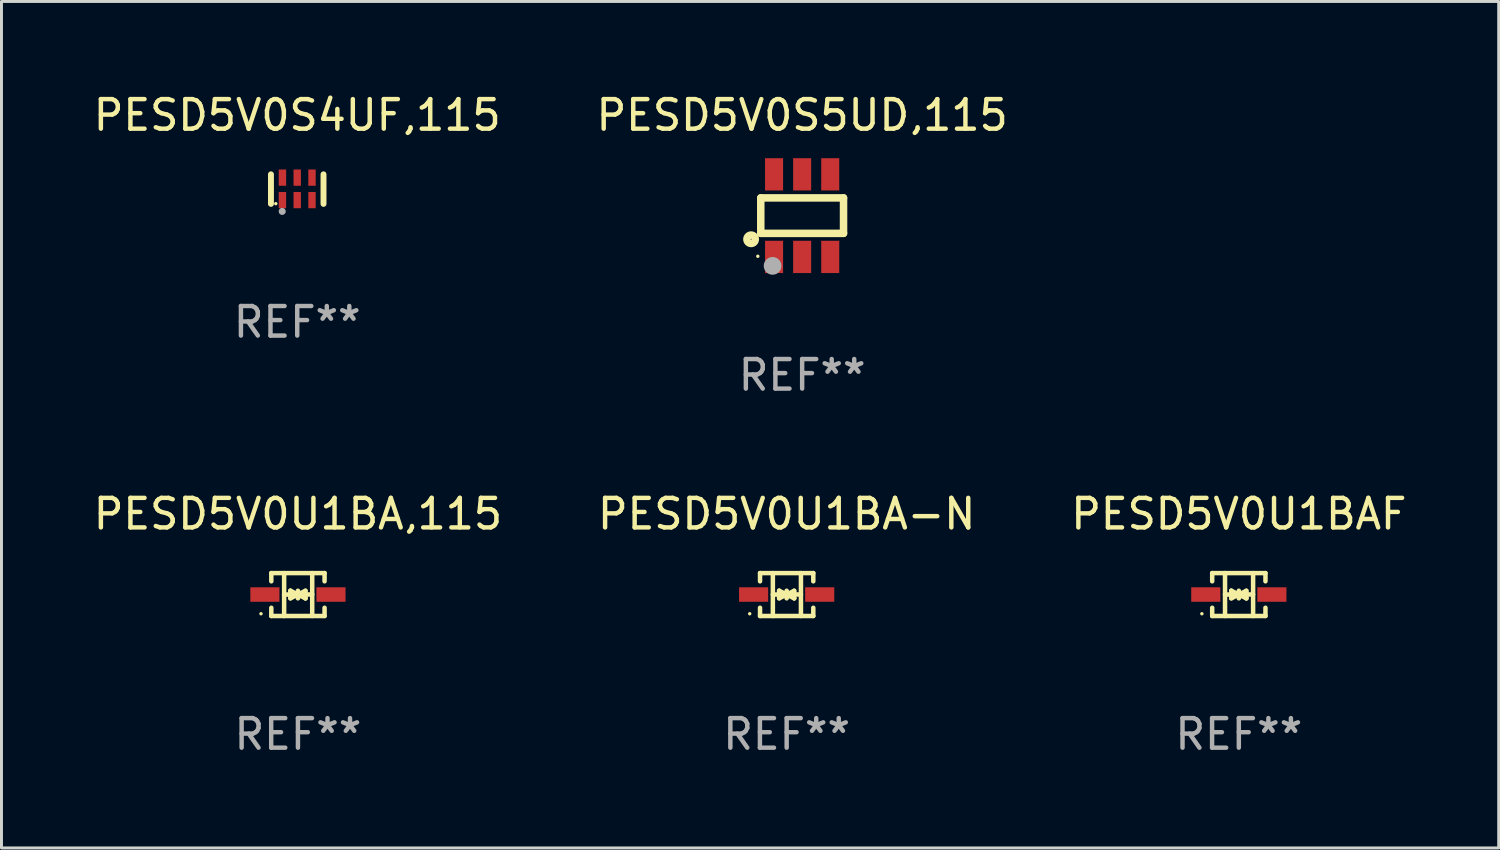
<source format=kicad_pcb>
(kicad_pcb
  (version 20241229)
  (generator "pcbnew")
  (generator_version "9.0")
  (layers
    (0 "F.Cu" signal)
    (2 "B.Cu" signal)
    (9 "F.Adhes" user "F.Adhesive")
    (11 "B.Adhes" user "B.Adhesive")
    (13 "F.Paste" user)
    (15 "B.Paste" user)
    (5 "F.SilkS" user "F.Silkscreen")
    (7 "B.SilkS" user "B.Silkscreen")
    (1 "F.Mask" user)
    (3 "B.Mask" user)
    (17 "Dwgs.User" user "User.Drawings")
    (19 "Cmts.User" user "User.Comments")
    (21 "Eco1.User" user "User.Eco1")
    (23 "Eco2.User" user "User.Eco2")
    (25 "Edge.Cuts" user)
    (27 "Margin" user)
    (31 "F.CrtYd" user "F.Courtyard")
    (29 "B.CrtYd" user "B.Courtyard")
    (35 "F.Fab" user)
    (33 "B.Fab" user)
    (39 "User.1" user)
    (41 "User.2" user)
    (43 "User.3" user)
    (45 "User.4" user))
  (footprint "PESD5V0S4UF,115"
    (layer "F.Cu")
    (at 7.006 3.348)
    (property "Reference" "PESD5V0S4UF,115" (at 0 -2.5 0) (layer "F.SilkS") (effects (font (size 1 1) (thickness 0.15))))
    (attr through_hole)
    (fp_line (start -0.889 0.5) (end -0.889 -0.5) (stroke (width 0.2) (type solid)) (layer "F.SilkS"))
    (fp_line (start 0.889 0.5) (end 0.889 -0.5) (stroke (width 0.2) (type solid)) (layer "F.SilkS"))
    (fp_circle (center -0.725 0.492) (end -0.695 0.492) (stroke (width 0.06) (type solid)) (fill no) (layer "F.SilkS"))
    (fp_circle (center -0.508 0.754) (end -0.448 0.754) (stroke (width 0.12) (type solid)) (fill no) (layer "F.Fab"))
    (fp_text user "REF**" (at 0 4.5 0) (layer "F.Fab") (effects (font (size 1 1) (thickness 0.15))))
    (pad "1" smd rect (at -0.5 0.372) (size 0.25 0.55) (layers "F.Cu" "F.Mask" "F.Paste"))
    (pad "2" smd rect (at -0.000127 0.372) (size 0.25 0.55) (layers "F.Cu" "F.Mask" "F.Paste"))
    (pad "3" smd rect (at 0.5 0.372) (size 0.25 0.55) (layers "F.Cu" "F.Mask" "F.Paste"))
    (pad "4" smd rect (at 0.5 -0.388 180) (size 0.25 0.55) (layers "F.Cu" "F.Mask" "F.Paste"))
    (pad "5" smd rect (at -0.000127 -0.388 180) (size 0.25 0.55) (layers "F.Cu" "F.Mask" "F.Paste"))
    (pad "6" smd rect (at -0.5 -0.388 180) (size 0.25 0.55) (layers "F.Cu" "F.Mask" "F.Paste")))
  (footprint "PESD5V0S5UD,115"
    (layer "F.Cu")
    (at 24.089 4.245)
    (property "Reference" "PESD5V0S5UD,115" (at 0 -3.397 0) (layer "F.SilkS") (effects (font (size 1 1) (thickness 0.15))))
    (attr through_hole)
    (fp_line (start -1.4 -0.6) (end 1.4 -0.6) (stroke (width 0.254) (type solid)) (layer "F.SilkS"))
    (fp_line (start -1.4 0.6) (end -1.4 -0.6) (stroke (width 0.254) (type solid)) (layer "F.SilkS"))
    (fp_line (start -1.4 0.6) (end 1.4 0.6) (stroke (width 0.254) (type solid)) (layer "F.SilkS"))
    (fp_line (start 1.4 -0.6) (end 1.4 0.6) (stroke (width 0.254) (type solid)) (layer "F.SilkS"))
    (fp_circle (center -1.727 0.8) (end -1.585 0.8) (stroke (width 0.254) (type solid)) (fill no) (layer "F.SilkS"))
    (fp_circle (center -1.5 1.375) (end -1.47 1.375) (stroke (width 0.06) (type solid)) (fill no) (layer "F.SilkS"))
    (fp_circle (center -1 1.7) (end -0.85 1.7) (stroke (width 0.3) (type solid)) (fill no) (layer "F.Fab"))
    (fp_text user "REF**" (at 0 5.397 0) (layer "F.Fab") (effects (font (size 1 1) (thickness 0.15))))
    (pad "1" smd rect (at -0.95 1.397 180) (size 0.61 1.092) (layers "F.Cu" "F.Mask" "F.Paste"))
    (pad "2" smd rect (at 0 1.397 180) (size 0.61 1.092) (layers "F.Cu" "F.Mask" "F.Paste"))
    (pad "3" smd rect (at 0.95 1.397 180) (size 0.61 1.092) (layers "F.Cu" "F.Mask" "F.Paste"))
    (pad "4" smd rect (at 0.95 -1.397 180) (size 0.61 1.092) (layers "F.Cu" "F.Mask" "F.Paste"))
    (pad "5" smd rect (at 0 -1.397 180) (size 0.61 1.092) (layers "F.Cu" "F.Mask" "F.Paste"))
    (pad "6" smd rect (at -0.95 -1.397 180) (size 0.61 1.092) (layers "F.Cu" "F.Mask" "F.Paste")))
  (footprint "PESD5V0U1BA-N"
    (layer "F.Cu")
    (at 23.565 17.065)
    (property "Reference" "PESD5V0U1BA-N" (at 0 -2.726 0) (layer "F.SilkS") (effects (font (size 1 1) (thickness 0.15))))
    (attr through_hole)
    (fp_line (start -0.901 -0.726) (end -0.901 -0.448) (stroke (width 0.152) (type solid)) (layer "F.SilkS"))
    (fp_line (start -0.901 0.726) (end -0.901 0.448) (stroke (width 0.152) (type solid)) (layer "F.SilkS"))
    (fp_line (start -0.467 0) (end 0.483 -0.003) (stroke (width 0.154) (type solid)) (layer "F.SilkS"))
    (fp_line (start -0.467 0.726) (end -0.467 -0.726) (stroke (width 0.152) (type solid)) (layer "F.SilkS"))
    (fp_line (start -0.254 -0.127) (end -0.254 -0.127) (stroke (width 0.154) (type solid)) (layer "F.SilkS"))
    (fp_line (start -0.254 -0.127) (end -0.002 -0.003) (stroke (width 0.154) (type solid)) (layer "F.SilkS"))
    (fp_line (start -0.254 0.127) (end -0.254 -0.127) (stroke (width 0.154) (type solid)) (layer "F.SilkS"))
    (fp_line (start -0.127 0) (end 0.003 0) (stroke (width 0.154) (type solid)) (layer "F.SilkS"))
    (fp_line (start -0.003 0) (end -0.254 0.127) (stroke (width 0.154) (type solid)) (layer "F.SilkS"))
    (fp_line (start 0 -0.127) (end 0 0.127) (stroke (width 0.154) (type solid)) (layer "F.SilkS"))
    (fp_line (start 0.003 0) (end 0.254 -0.127) (stroke (width 0.154) (type solid)) (layer "F.SilkS"))
    (fp_line (start 0.127 0) (end -0.003 0) (stroke (width 0.154) (type solid)) (layer "F.SilkS"))
    (fp_line (start 0.254 -0.127) (end 0.254 0.127) (stroke (width 0.154) (type solid)) (layer "F.SilkS"))
    (fp_line (start 0.254 0.127) (end 0.002 0.003) (stroke (width 0.154) (type solid)) (layer "F.SilkS"))
    (fp_line (start 0.254 0.127) (end 0.254 0.127) (stroke (width 0.154) (type solid)) (layer "F.SilkS"))
    (fp_line (start 0.483 0.726) (end 0.483 -0.726) (stroke (width 0.152) (type solid)) (layer "F.SilkS"))
    (fp_line (start 0.901 -0.726) (end -0.901 -0.726) (stroke (width 0.152) (type solid)) (layer "F.SilkS"))
    (fp_line (start 0.901 -0.726) (end 0.901 -0.448) (stroke (width 0.152) (type solid)) (layer "F.SilkS"))
    (fp_line (start 0.901 0.726) (end -0.901 0.726) (stroke (width 0.152) (type solid)) (layer "F.SilkS"))
    (fp_line (start 0.901 0.726) (end 0.901 0.448) (stroke (width 0.152) (type solid)) (layer "F.SilkS"))
    (fp_circle (center -1.25 0.65) (end -1.22 0.65) (stroke (width 0.06) (type solid)) (fill no) (layer "F.SilkS"))
    (fp_text user "REF**" (at 0 4.726 0) (layer "F.Fab") (effects (font (size 1 1) (thickness 0.15))))
    (pad "1" smd rect (at -1.118 0) (size 0.985 0.49) (layers "F.Cu" "F.Mask" "F.Paste"))
    (pad "2" smd rect (at 1.118 0) (size 0.985 0.49) (layers "F.Cu" "F.Mask" "F.Paste")))
  (footprint "PESD5V0U1BA,115"
    (layer "F.Cu")
    (at 7.03 17.065)
    (property "Reference" "PESD5V0U1BA,115" (at 0 -2.726 0) (layer "F.SilkS") (effects (font (size 1 1) (thickness 0.15))))
    (attr through_hole)
    (fp_line (start -0.901 -0.726) (end -0.901 -0.448) (stroke (width 0.152) (type solid)) (layer "F.SilkS"))
    (fp_line (start -0.901 0.726) (end -0.901 0.448) (stroke (width 0.152) (type solid)) (layer "F.SilkS"))
    (fp_line (start -0.467 0) (end 0.483 -0.003) (stroke (width 0.154) (type solid)) (layer "F.SilkS"))
    (fp_line (start -0.467 0.726) (end -0.467 -0.726) (stroke (width 0.152) (type solid)) (layer "F.SilkS"))
    (fp_line (start -0.254 -0.127) (end -0.254 -0.127) (stroke (width 0.154) (type solid)) (layer "F.SilkS"))
    (fp_line (start -0.254 -0.127) (end -0.002 -0.003) (stroke (width 0.154) (type solid)) (layer "F.SilkS"))
    (fp_line (start -0.254 0.127) (end -0.254 -0.127) (stroke (width 0.154) (type solid)) (layer "F.SilkS"))
    (fp_line (start -0.127 0) (end 0.003 0) (stroke (width 0.154) (type solid)) (layer "F.SilkS"))
    (fp_line (start -0.003 0) (end -0.254 0.127) (stroke (width 0.154) (type solid)) (layer "F.SilkS"))
    (fp_line (start 0 -0.127) (end 0 0.127) (stroke (width 0.154) (type solid)) (layer "F.SilkS"))
    (fp_line (start 0.003 0) (end 0.254 -0.127) (stroke (width 0.154) (type solid)) (layer "F.SilkS"))
    (fp_line (start 0.127 0) (end -0.003 0) (stroke (width 0.154) (type solid)) (layer "F.SilkS"))
    (fp_line (start 0.254 -0.127) (end 0.254 0.127) (stroke (width 0.154) (type solid)) (layer "F.SilkS"))
    (fp_line (start 0.254 0.127) (end 0.002 0.003) (stroke (width 0.154) (type solid)) (layer "F.SilkS"))
    (fp_line (start 0.254 0.127) (end 0.254 0.127) (stroke (width 0.154) (type solid)) (layer "F.SilkS"))
    (fp_line (start 0.483 0.726) (end 0.483 -0.726) (stroke (width 0.152) (type solid)) (layer "F.SilkS"))
    (fp_line (start 0.901 -0.726) (end -0.901 -0.726) (stroke (width 0.152) (type solid)) (layer "F.SilkS"))
    (fp_line (start 0.901 -0.726) (end 0.901 -0.448) (stroke (width 0.152) (type solid)) (layer "F.SilkS"))
    (fp_line (start 0.901 0.726) (end -0.901 0.726) (stroke (width 0.152) (type solid)) (layer "F.SilkS"))
    (fp_line (start 0.901 0.726) (end 0.901 0.448) (stroke (width 0.152) (type solid)) (layer "F.SilkS"))
    (fp_circle (center -1.25 0.65) (end -1.22 0.65) (stroke (width 0.06) (type solid)) (fill no) (layer "F.SilkS"))
    (fp_text user "REF**" (at 0 4.726 0) (layer "F.Fab") (effects (font (size 1 1) (thickness 0.15))))
    (pad "1" smd rect (at -1.118 0) (size 0.985 0.49) (layers "F.Cu" "F.Mask" "F.Paste"))
    (pad "2" smd rect (at 1.118 0) (size 0.985 0.49) (layers "F.Cu" "F.Mask" "F.Paste")))
  (footprint "PESD5V0U1BAF"
    (layer "F.Cu")
    (at 38.863 17.065)
    (property "Reference" "PESD5V0U1BAF" (at 0 -2.726 0) (layer "F.SilkS") (effects (font (size 1 1) (thickness 0.15))))
    (attr through_hole)
    (fp_line (start -0.901 -0.726) (end -0.901 -0.448) (stroke (width 0.152) (type solid)) (layer "F.SilkS"))
    (fp_line (start -0.901 0.726) (end -0.901 0.448) (stroke (width 0.152) (type solid)) (layer "F.SilkS"))
    (fp_line (start -0.467 0) (end 0.483 -0.003) (stroke (width 0.154) (type solid)) (layer "F.SilkS"))
    (fp_line (start -0.467 0.726) (end -0.467 -0.726) (stroke (width 0.152) (type solid)) (layer "F.SilkS"))
    (fp_line (start -0.254 -0.127) (end -0.254 -0.127) (stroke (width 0.154) (type solid)) (layer "F.SilkS"))
    (fp_line (start -0.254 -0.127) (end -0.002 -0.003) (stroke (width 0.154) (type solid)) (layer "F.SilkS"))
    (fp_line (start -0.254 0.127) (end -0.254 -0.127) (stroke (width 0.154) (type solid)) (layer "F.SilkS"))
    (fp_line (start -0.127 0) (end 0.003 0) (stroke (width 0.154) (type solid)) (layer "F.SilkS"))
    (fp_line (start -0.003 0) (end -0.254 0.127) (stroke (width 0.154) (type solid)) (layer "F.SilkS"))
    (fp_line (start 0 -0.127) (end 0 0.127) (stroke (width 0.154) (type solid)) (layer "F.SilkS"))
    (fp_line (start 0.003 0) (end 0.254 -0.127) (stroke (width 0.154) (type solid)) (layer "F.SilkS"))
    (fp_line (start 0.127 0) (end -0.003 0) (stroke (width 0.154) (type solid)) (layer "F.SilkS"))
    (fp_line (start 0.254 -0.127) (end 0.254 0.127) (stroke (width 0.154) (type solid)) (layer "F.SilkS"))
    (fp_line (start 0.254 0.127) (end 0.002 0.003) (stroke (width 0.154) (type solid)) (layer "F.SilkS"))
    (fp_line (start 0.254 0.127) (end 0.254 0.127) (stroke (width 0.154) (type solid)) (layer "F.SilkS"))
    (fp_line (start 0.483 0.726) (end 0.483 -0.726) (stroke (width 0.152) (type solid)) (layer "F.SilkS"))
    (fp_line (start 0.901 -0.726) (end -0.901 -0.726) (stroke (width 0.152) (type solid)) (layer "F.SilkS"))
    (fp_line (start 0.901 -0.726) (end 0.901 -0.448) (stroke (width 0.152) (type solid)) (layer "F.SilkS"))
    (fp_line (start 0.901 0.726) (end -0.901 0.726) (stroke (width 0.152) (type solid)) (layer "F.SilkS"))
    (fp_line (start 0.901 0.726) (end 0.901 0.448) (stroke (width 0.152) (type solid)) (layer "F.SilkS"))
    (fp_circle (center -1.25 0.65) (end -1.22 0.65) (stroke (width 0.06) (type solid)) (fill no) (layer "F.SilkS"))
    (fp_text user "REF**" (at 0 4.726 0) (layer "F.Fab") (effects (font (size 1 1) (thickness 0.15))))
    (pad "1" smd rect (at -1.118 0) (size 0.985 0.49) (layers "F.Cu" "F.Mask" "F.Paste"))
    (pad "2" smd rect (at 1.118 0) (size 0.985 0.49) (layers "F.Cu" "F.Mask" "F.Paste")))
  (gr_rect
    (start -3 -3)
    (end 47.655 25.639)
    (stroke (width 0.1) (type default))
    (fill no)
    (layer "Edge.Cuts")))
</source>
